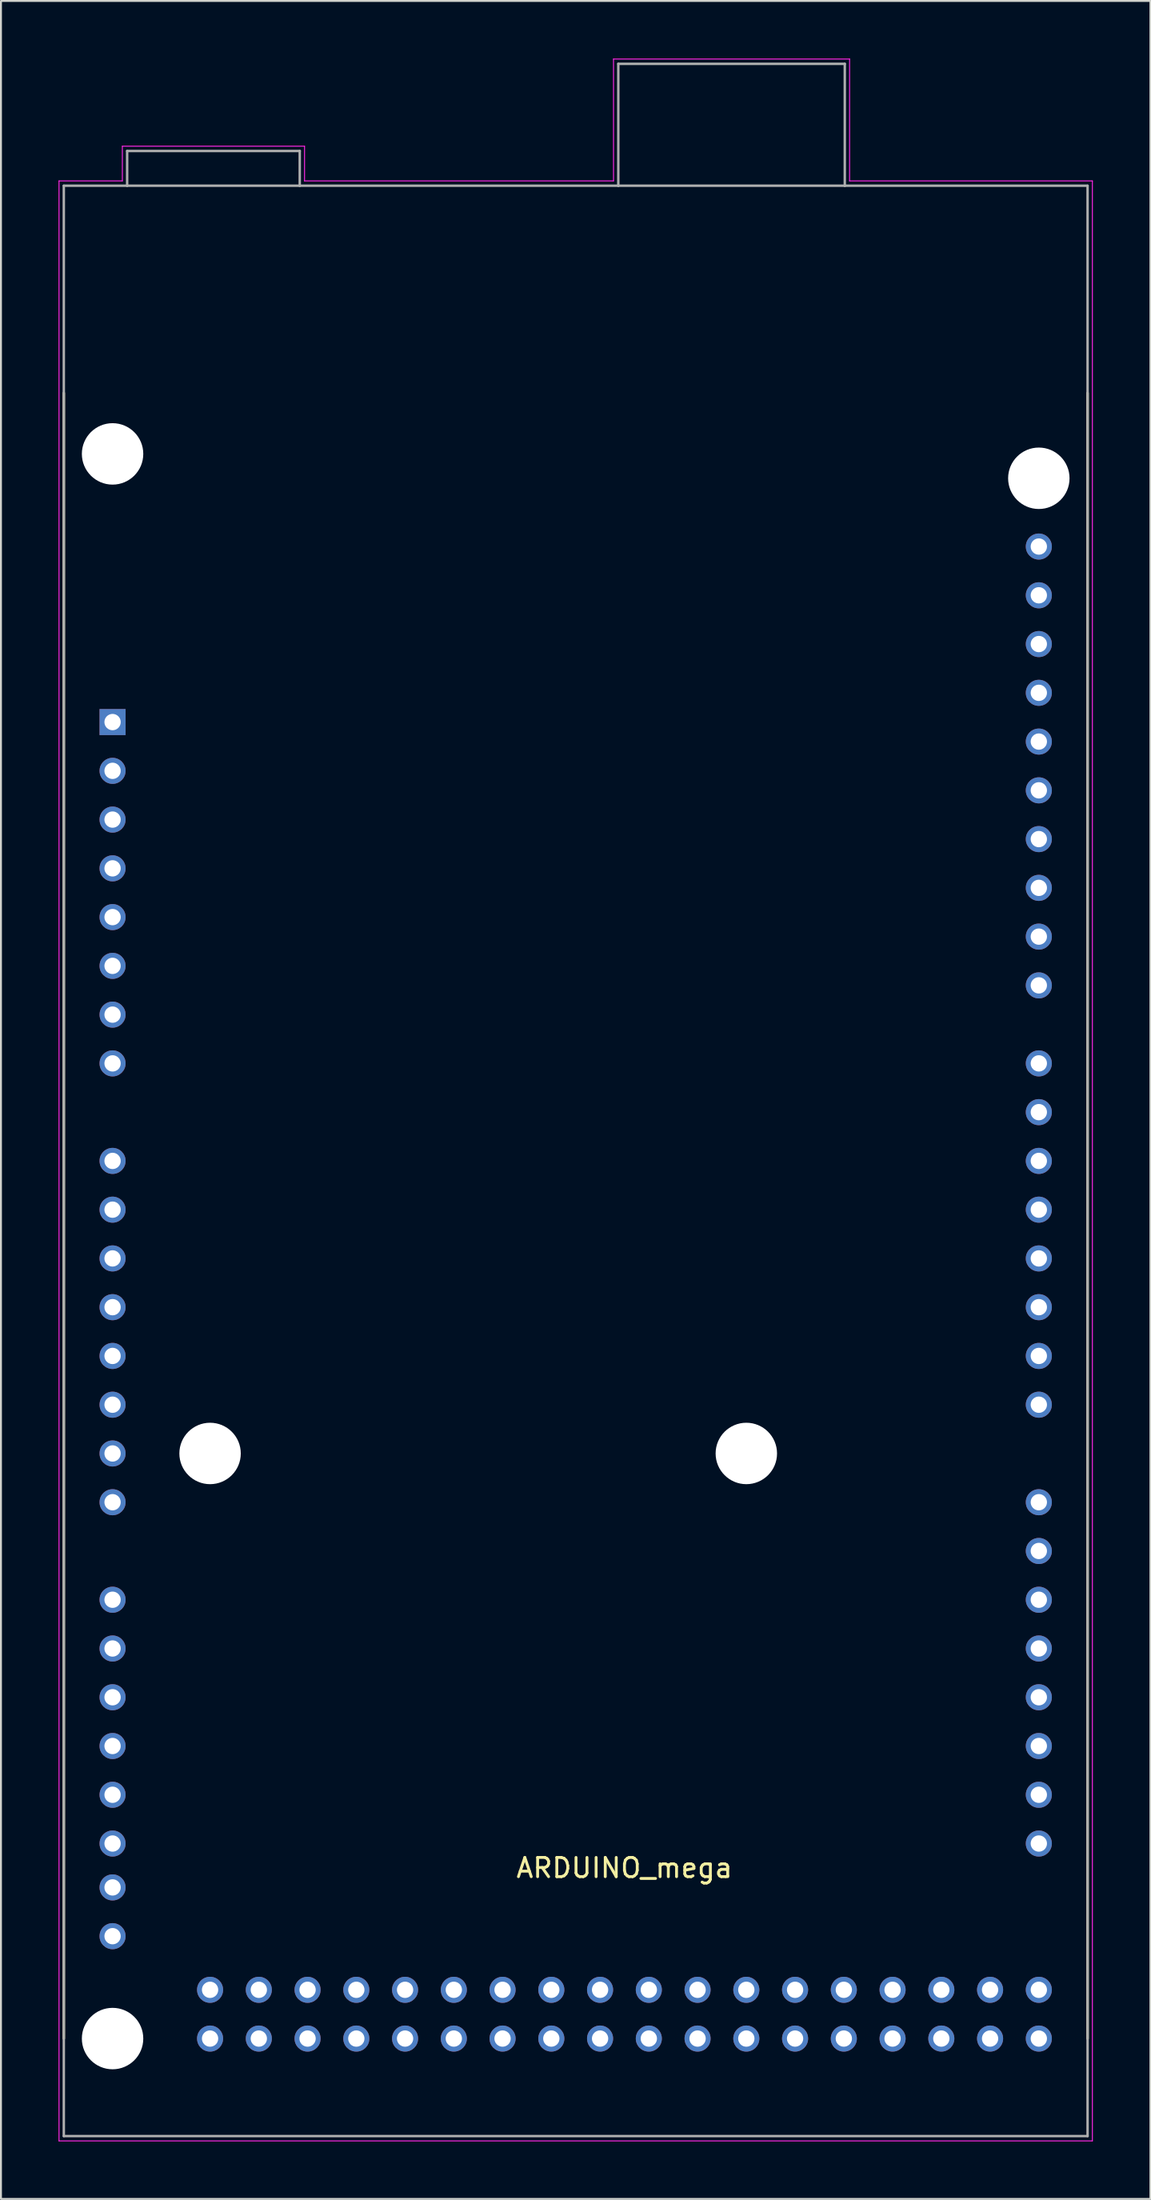
<source format=kicad_pcb>
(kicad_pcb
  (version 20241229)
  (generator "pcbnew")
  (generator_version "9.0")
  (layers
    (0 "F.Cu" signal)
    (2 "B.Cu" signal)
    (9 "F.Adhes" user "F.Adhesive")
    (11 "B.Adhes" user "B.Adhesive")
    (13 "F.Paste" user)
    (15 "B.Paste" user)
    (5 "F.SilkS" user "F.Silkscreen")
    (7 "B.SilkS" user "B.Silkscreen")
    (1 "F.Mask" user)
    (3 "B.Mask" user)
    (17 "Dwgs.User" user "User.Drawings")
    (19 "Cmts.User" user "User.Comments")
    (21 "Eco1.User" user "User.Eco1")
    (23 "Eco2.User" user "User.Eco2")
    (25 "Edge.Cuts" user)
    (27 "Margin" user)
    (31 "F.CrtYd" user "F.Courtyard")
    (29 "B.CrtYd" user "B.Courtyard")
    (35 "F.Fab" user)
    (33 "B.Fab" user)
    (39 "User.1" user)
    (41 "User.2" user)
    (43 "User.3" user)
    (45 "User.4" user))
  (footprint "ARDUINO_mega"
    (layer "F.Cu")
    (at 51.075 100.605)
    (property "Reference" "ARDUINO_mega" (at -21.59 -6.35 0) (layer "F.SilkS") (effects (font (size 1 1) (thickness 0.15))))
    (attr through_hole)
    (fp_line (start -50.8 2.54) (end -50.8 -83.185) (stroke (width 0.127) (type solid)) (layer "F.SilkS"))
    (fp_line (start 2.54 -83.185) (end 2.54 2.54) (stroke (width 0.127) (type solid)) (layer "F.SilkS"))
    (fp_line (start -51.05 -94.23) (end -47.75 -94.23) (stroke (width 0.05) (type solid)) (layer "F.CrtYd"))
    (fp_line (start -51.05 7.87) (end -51.05 -94.23) (stroke (width 0.05) (type solid)) (layer "F.CrtYd"))
    (fp_line (start -47.75 -96.04) (end -38.258 -96.04) (stroke (width 0.05) (type solid)) (layer "F.CrtYd"))
    (fp_line (start -47.75 -94.23) (end -47.75 -96.04) (stroke (width 0.05) (type solid)) (layer "F.CrtYd"))
    (fp_line (start -38.258 -96.04) (end -38.258 -94.23) (stroke (width 0.05) (type solid)) (layer "F.CrtYd"))
    (fp_line (start -38.258 -94.23) (end -22.16 -94.23) (stroke (width 0.05) (type solid)) (layer "F.CrtYd"))
    (fp_line (start -22.16 -100.58) (end -9.86 -100.58) (stroke (width 0.05) (type solid)) (layer "F.CrtYd"))
    (fp_line (start -22.16 -94.23) (end -22.16 -100.58) (stroke (width 0.05) (type solid)) (layer "F.CrtYd"))
    (fp_line (start -9.86 -100.58) (end -9.86 -94.23) (stroke (width 0.05) (type solid)) (layer "F.CrtYd"))
    (fp_line (start -9.86 -94.23) (end 2.79 -94.23) (stroke (width 0.05) (type solid)) (layer "F.CrtYd"))
    (fp_line (start 2.79 -94.23) (end 2.79 7.87) (stroke (width 0.05) (type solid)) (layer "F.CrtYd"))
    (fp_line (start 2.79 7.87) (end -51.05 7.87) (stroke (width 0.05) (type solid)) (layer "F.CrtYd"))
    (fp_line (start -50.8 -93.98) (end -47.5 -93.98) (stroke (width 0.127) (type solid)) (layer "F.Fab"))
    (fp_line (start -50.8 7.62) (end -50.8 -93.98) (stroke (width 0.127) (type solid)) (layer "F.Fab"))
    (fp_line (start -47.5 -95.79) (end -38.508 -95.79) (stroke (width 0.127) (type solid)) (layer "F.Fab"))
    (fp_line (start -47.5 -93.98) (end -47.5 -95.79) (stroke (width 0.127) (type solid)) (layer "F.Fab"))
    (fp_line (start -47.5 -93.98) (end -38.508 -93.98) (stroke (width 0.127) (type solid)) (layer "F.Fab"))
    (fp_line (start -38.508 -95.79) (end -38.508 -93.98) (stroke (width 0.127) (type solid)) (layer "F.Fab"))
    (fp_line (start -38.508 -93.98) (end -21.91 -93.98) (stroke (width 0.127) (type solid)) (layer "F.Fab"))
    (fp_line (start -21.91 -100.33) (end -21.91 -93.98) (stroke (width 0.127) (type solid)) (layer "F.Fab"))
    (fp_line (start -21.91 -93.98) (end -10.11 -93.98) (stroke (width 0.127) (type solid)) (layer "F.Fab"))
    (fp_line (start -10.11 -100.33) (end -21.91 -100.33) (stroke (width 0.127) (type solid)) (layer "F.Fab"))
    (fp_line (start -10.11 -93.98) (end -10.11 -100.33) (stroke (width 0.127) (type solid)) (layer "F.Fab"))
    (fp_line (start -10.11 -93.98) (end 2.54 -93.98) (stroke (width 0.127) (type solid)) (layer "F.Fab"))
    (fp_line (start 2.54 -93.98) (end 2.54 7.62) (stroke (width 0.127) (type solid)) (layer "F.Fab"))
    (fp_line (start 2.54 7.62) (end -50.8 7.62) (stroke (width 0.127) (type solid)) (layer "F.Fab"))
    (pad "" np_thru_hole circle (at -48.26 -80.01) (size 3.2 3.2) (drill 3.2) (layers "*.Cu" "*.Mask"))
    (pad "" np_thru_hole circle (at -48.26 2.54) (size 3.2 3.2) (drill 3.2) (layers "*.Cu" "*.Mask"))
    (pad "" np_thru_hole circle (at -43.18 -27.94) (size 3.2 3.2) (drill 3.2) (layers "*.Cu" "*.Mask"))
    (pad "" np_thru_hole circle (at -15.24 -27.94) (size 3.2 3.2) (drill 3.2) (layers "*.Cu" "*.Mask"))
    (pad "" np_thru_hole circle (at 0 -78.74) (size 3.2 3.2) (drill 3.2) (layers "*.Cu" "*.Mask"))
    (pad "0" thru_hole circle (at 0 -30.48) (size 1.358 1.358) (drill 0.85) (layers "*.Cu" "*.Mask"))
    (pad "1" thru_hole circle (at 0 -33.02) (size 1.358 1.358) (drill 0.85) (layers "*.Cu" "*.Mask"))
    (pad "2" thru_hole circle (at 0 -35.56) (size 1.358 1.358) (drill 0.85) (layers "*.Cu" "*.Mask"))
    (pad "3" thru_hole circle (at 0 -38.1) (size 1.358 1.358) (drill 0.85) (layers "*.Cu" "*.Mask"))
    (pad "3V3" thru_hole circle (at -48.26 -58.42) (size 1.358 1.358) (drill 0.85) (layers "*.Cu" "*.Mask"))
    (pad "4" thru_hole circle (at 0 -40.64) (size 1.358 1.358) (drill 0.85) (layers "*.Cu" "*.Mask"))
    (pad "5" thru_hole circle (at 0 -43.18) (size 1.358 1.358) (drill 0.85) (layers "*.Cu" "*.Mask"))
    (pad "5V_1" thru_hole circle (at -48.26 -55.88) (size 1.358 1.358) (drill 0.85) (layers "*.Cu" "*.Mask"))
    (pad "5V_2" thru_hole circle (at 0 0) (size 1.358 1.358) (drill 0.85) (layers "*.Cu" "*.Mask"))
    (pad "5V_3" thru_hole circle (at 0 2.54) (size 1.358 1.358) (drill 0.85) (layers "*.Cu" "*.Mask"))
    (pad "6" thru_hole circle (at 0 -45.72) (size 1.358 1.358) (drill 0.85) (layers "*.Cu" "*.Mask"))
    (pad "7" thru_hole circle (at 0 -48.26) (size 1.358 1.358) (drill 0.85) (layers "*.Cu" "*.Mask"))
    (pad "8" thru_hole circle (at 0 -52.324) (size 1.358 1.358) (drill 0.85) (layers "*.Cu" "*.Mask"))
    (pad "9" thru_hole circle (at 0 -54.864) (size 1.358 1.358) (drill 0.85) (layers "*.Cu" "*.Mask"))
    (pad "10" thru_hole circle (at 0 -57.404) (size 1.358 1.358) (drill 0.85) (layers "*.Cu" "*.Mask"))
    (pad "11" thru_hole circle (at 0 -59.944) (size 1.358 1.358) (drill 0.85) (layers "*.Cu" "*.Mask"))
    (pad "12" thru_hole circle (at 0 -62.484) (size 1.358 1.358) (drill 0.85) (layers "*.Cu" "*.Mask"))
    (pad "13" thru_hole circle (at 0 -65.024) (size 1.358 1.358) (drill 0.85) (layers "*.Cu" "*.Mask"))
    (pad "14" thru_hole circle (at 0 -25.4) (size 1.358 1.358) (drill 0.85) (layers "*.Cu" "*.Mask"))
    (pad "15" thru_hole circle (at 0 -22.86) (size 1.358 1.358) (drill 0.85) (layers "*.Cu" "*.Mask"))
    (pad "16" thru_hole circle (at 0 -20.32) (size 1.358 1.358) (drill 0.85) (layers "*.Cu" "*.Mask"))
    (pad "17" thru_hole circle (at 0 -17.78) (size 1.358 1.358) (drill 0.85) (layers "*.Cu" "*.Mask"))
    (pad "18" thru_hole circle (at 0 -15.24) (size 1.358 1.358) (drill 0.85) (layers "*.Cu" "*.Mask"))
    (pad "19" thru_hole circle (at 0 -12.7) (size 1.358 1.358) (drill 0.85) (layers "*.Cu" "*.Mask"))
    (pad "20" thru_hole circle (at 0 -10.16) (size 1.358 1.358) (drill 0.85) (layers "*.Cu" "*.Mask"))
    (pad "21" thru_hole circle (at 0 -7.62) (size 1.358 1.358) (drill 0.85) (layers "*.Cu" "*.Mask"))
    (pad "22" thru_hole circle (at -2.54 0) (size 1.358 1.358) (drill 0.85) (layers "*.Cu" "*.Mask"))
    (pad "23" thru_hole circle (at -2.54 2.54) (size 1.358 1.358) (drill 0.85) (layers "*.Cu" "*.Mask"))
    (pad "24" thru_hole circle (at -5.08 0) (size 1.358 1.358) (drill 0.85) (layers "*.Cu" "*.Mask"))
    (pad "25" thru_hole circle (at -5.08 2.54) (size 1.358 1.358) (drill 0.85) (layers "*.Cu" "*.Mask"))
    (pad "26" thru_hole circle (at -7.62 0) (size 1.358 1.358) (drill 0.85) (layers "*.Cu" "*.Mask"))
    (pad "27" thru_hole circle (at -7.62 2.54) (size 1.358 1.358) (drill 0.85) (layers "*.Cu" "*.Mask"))
    (pad "28" thru_hole circle (at -10.16 0) (size 1.358 1.358) (drill 0.85) (layers "*.Cu" "*.Mask"))
    (pad "29" thru_hole circle (at -10.16 2.54) (size 1.358 1.358) (drill 0.85) (layers "*.Cu" "*.Mask"))
    (pad "30" thru_hole circle (at -12.7 0) (size 1.358 1.358) (drill 0.85) (layers "*.Cu" "*.Mask"))
    (pad "31" thru_hole circle (at -12.7 2.54) (size 1.358 1.358) (drill 0.85) (layers "*.Cu" "*.Mask"))
    (pad "32" thru_hole circle (at -15.24 0) (size 1.358 1.358) (drill 0.85) (layers "*.Cu" "*.Mask"))
    (pad "33" thru_hole circle (at -15.24 2.54) (size 1.358 1.358) (drill 0.85) (layers "*.Cu" "*.Mask"))
    (pad "34" thru_hole circle (at -17.78 0) (size 1.358 1.358) (drill 0.85) (layers "*.Cu" "*.Mask"))
    (pad "35" thru_hole circle (at -17.78 2.54) (size 1.358 1.358) (drill 0.85) (layers "*.Cu" "*.Mask"))
    (pad "36" thru_hole circle (at -20.32 0) (size 1.358 1.358) (drill 0.85) (layers "*.Cu" "*.Mask"))
    (pad "37" thru_hole circle (at -20.32 2.54) (size 1.358 1.358) (drill 0.85) (layers "*.Cu" "*.Mask"))
    (pad "38" thru_hole circle (at -22.86 0) (size 1.358 1.358) (drill 0.85) (layers "*.Cu" "*.Mask"))
    (pad "39" thru_hole circle (at -22.86 2.54) (size 1.358 1.358) (drill 0.85) (layers "*.Cu" "*.Mask"))
    (pad "40" thru_hole circle (at -25.4 0) (size 1.358 1.358) (drill 0.85) (layers "*.Cu" "*.Mask"))
    (pad "41" thru_hole circle (at -25.4 2.54) (size 1.358 1.358) (drill 0.85) (layers "*.Cu" "*.Mask"))
    (pad "42" thru_hole circle (at -27.94 0) (size 1.358 1.358) (drill 0.85) (layers "*.Cu" "*.Mask"))
    (pad "43" thru_hole circle (at -27.94 2.54) (size 1.358 1.358) (drill 0.85) (layers "*.Cu" "*.Mask"))
    (pad "44" thru_hole circle (at -30.48 0) (size 1.358 1.358) (drill 0.85) (layers "*.Cu" "*.Mask"))
    (pad "45" thru_hole circle (at -30.48 2.54) (size 1.358 1.358) (drill 0.85) (layers "*.Cu" "*.Mask"))
    (pad "46" thru_hole circle (at -33.02 0) (size 1.358 1.358) (drill 0.85) (layers "*.Cu" "*.Mask"))
    (pad "47" thru_hole circle (at -33.02 2.54) (size 1.358 1.358) (drill 0.85) (layers "*.Cu" "*.Mask"))
    (pad "48" thru_hole circle (at -35.56 0) (size 1.358 1.358) (drill 0.85) (layers "*.Cu" "*.Mask"))
    (pad "49" thru_hole circle (at -35.56 2.54) (size 1.358 1.358) (drill 0.85) (layers "*.Cu" "*.Mask"))
    (pad "50" thru_hole circle (at -38.1 0) (size 1.358 1.358) (drill 0.85) (layers "*.Cu" "*.Mask"))
    (pad "51" thru_hole circle (at -38.1 2.54) (size 1.358 1.358) (drill 0.85) (layers "*.Cu" "*.Mask"))
    (pad "52" thru_hole circle (at -40.64 0) (size 1.358 1.358) (drill 0.85) (layers "*.Cu" "*.Mask"))
    (pad "53" thru_hole circle (at -40.64 2.54) (size 1.358 1.358) (drill 0.85) (layers "*.Cu" "*.Mask"))
    (pad "AD0" thru_hole circle (at -48.26 -43.18) (size 1.358 1.358) (drill 0.85) (layers "*.Cu" "*.Mask"))
    (pad "AD1" thru_hole circle (at -48.26 -40.64) (size 1.358 1.358) (drill 0.85) (layers "*.Cu" "*.Mask"))
    (pad "AD2" thru_hole circle (at -48.26 -38.1) (size 1.358 1.358) (drill 0.85) (layers "*.Cu" "*.Mask"))
    (pad "AD3" thru_hole circle (at -48.26 -35.56) (size 1.358 1.358) (drill 0.85) (layers "*.Cu" "*.Mask"))
    (pad "AD4" thru_hole circle (at -48.26 -33.02) (size 1.358 1.358) (drill 0.85) (layers "*.Cu" "*.Mask"))
    (pad "AD5" thru_hole circle (at -48.26 -30.48) (size 1.358 1.358) (drill 0.85) (layers "*.Cu" "*.Mask"))
    (pad "AD6" thru_hole circle (at -48.26 -27.94) (size 1.358 1.358) (drill 0.85) (layers "*.Cu" "*.Mask"))
    (pad "AD7" thru_hole circle (at -48.26 -25.4) (size 1.358 1.358) (drill 0.85) (layers "*.Cu" "*.Mask"))
    (pad "AD8" thru_hole circle (at -48.26 -20.32) (size 1.358 1.358) (drill 0.85) (layers "*.Cu" "*.Mask"))
    (pad "AD9" thru_hole circle (at -48.26 -17.78) (size 1.358 1.358) (drill 0.85) (layers "*.Cu" "*.Mask"))
    (pad "AD10" thru_hole circle (at -48.26 -15.24) (size 1.358 1.358) (drill 0.85) (layers "*.Cu" "*.Mask"))
    (pad "AD11" thru_hole circle (at -48.26 -12.7) (size 1.358 1.358) (drill 0.85) (layers "*.Cu" "*.Mask"))
    (pad "AD12" thru_hole circle (at -48.26 -10.16) (size 1.358 1.358) (drill 0.85) (layers "*.Cu" "*.Mask"))
    (pad "AD13" thru_hole circle (at -48.26 -7.62) (size 1.358 1.358) (drill 0.85) (layers "*.Cu" "*.Mask"))
    (pad "AD14" thru_hole circle (at -48.26 -5.334) (size 1.358 1.358) (drill 0.85) (layers "*.Cu" "*.Mask"))
    (pad "AD15" thru_hole circle (at -48.26 -2.794) (size 1.358 1.358) (drill 0.85) (layers "*.Cu" "*.Mask"))
    (pad "AREF" thru_hole circle (at 0 -70.104) (size 1.358 1.358) (drill 0.85) (layers "*.Cu" "*.Mask"))
    (pad "GND1" thru_hole circle (at -48.26 -53.34) (size 1.358 1.358) (drill 0.85) (layers "*.Cu" "*.Mask"))
    (pad "GND2" thru_hole circle (at -48.26 -50.8) (size 1.358 1.358) (drill 0.85) (layers "*.Cu" "*.Mask"))
    (pad "GND3" thru_hole circle (at 0 -67.564) (size 1.358 1.358) (drill 0.85) (layers "*.Cu" "*.Mask"))
    (pad "GND4" thru_hole circle (at -43.18 0) (size 1.358 1.358) (drill 0.85) (layers "*.Cu" "*.Mask"))
    (pad "GND5" thru_hole circle (at -43.18 2.54) (size 1.358 1.358) (drill 0.85) (layers "*.Cu" "*.Mask"))
    (pad "IOREF" thru_hole circle (at -48.26 -63.5) (size 1.358 1.358) (drill 0.85) (layers "*.Cu" "*.Mask"))
    (pad "NC" thru_hole rect (at -48.26 -66.04) (size 1.358 1.358) (drill 0.85) (layers "*.Cu" "*.Mask"))
    (pad "RESET" thru_hole circle (at -48.26 -60.96) (size 1.358 1.358) (drill 0.85) (layers "*.Cu" "*.Mask"))
    (pad "SCL" thru_hole circle (at 0 -75.184) (size 1.358 1.358) (drill 0.85) (layers "*.Cu" "*.Mask"))
    (pad "SDA" thru_hole circle (at 0 -72.644) (size 1.358 1.358) (drill 0.85) (layers "*.Cu" "*.Mask"))
    (pad "VIN" thru_hole circle (at -48.26 -48.26) (size 1.358 1.358) (drill 0.85) (layers "*.Cu" "*.Mask")))
  (gr_rect
    (start -3 -3)
    (end 56.89 111.5)
    (stroke (width 0.1) (type default))
    (fill no)
    (layer "Edge.Cuts")))
</source>
